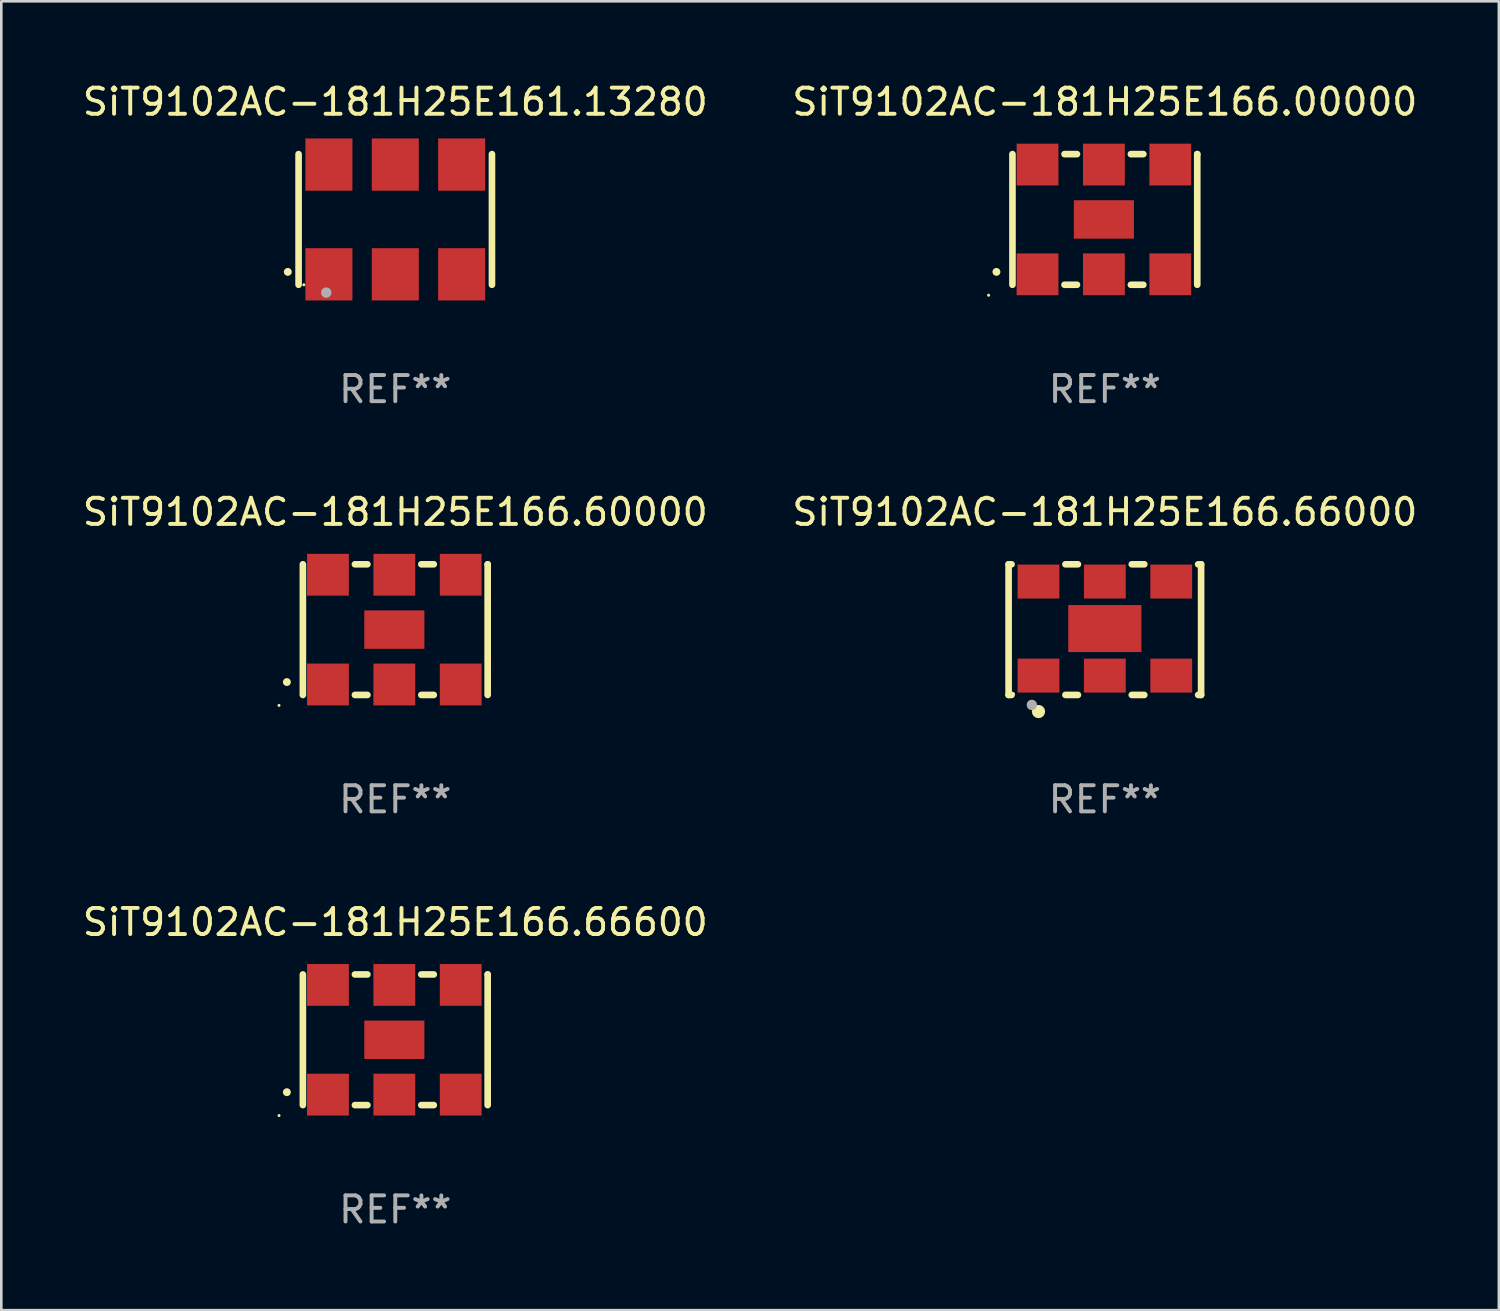
<source format=kicad_pcb>
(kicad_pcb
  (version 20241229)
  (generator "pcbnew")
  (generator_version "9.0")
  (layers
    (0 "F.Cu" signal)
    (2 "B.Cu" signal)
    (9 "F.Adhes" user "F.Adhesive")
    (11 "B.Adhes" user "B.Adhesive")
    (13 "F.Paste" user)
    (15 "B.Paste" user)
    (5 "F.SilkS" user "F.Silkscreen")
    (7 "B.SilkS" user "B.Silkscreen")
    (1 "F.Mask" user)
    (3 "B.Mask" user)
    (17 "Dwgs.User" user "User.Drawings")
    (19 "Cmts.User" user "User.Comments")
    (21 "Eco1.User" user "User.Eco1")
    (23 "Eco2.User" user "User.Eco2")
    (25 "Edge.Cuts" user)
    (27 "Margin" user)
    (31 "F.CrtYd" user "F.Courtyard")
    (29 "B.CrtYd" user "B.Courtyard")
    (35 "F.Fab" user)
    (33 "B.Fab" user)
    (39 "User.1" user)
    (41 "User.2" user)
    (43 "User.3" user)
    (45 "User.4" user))
  (footprint "SiT9102AC-181H25E166.60000"
    (layer "F.Cu")
    (at 12.077 21.045)
    (property "Reference" "SiT9102AC-181H25E166.60000" (at 0 -4.5 0) (layer "F.SilkS") (effects (font (size 1 1) (thickness 0.15))))
    (attr through_hole)
    (fp_line (start -3.536 -2.5) (end -3.536 2.5) (stroke (width 0.254) (type solid)) (layer "F.SilkS"))
    (fp_line (start -1.544 2.5) (end -1.067 2.5) (stroke (width 0.254) (type solid)) (layer "F.SilkS"))
    (fp_line (start -1.067 -2.5) (end -1.544 -2.5) (stroke (width 0.254) (type solid)) (layer "F.SilkS"))
    (fp_line (start 0.996 2.5) (end 1.473 2.5) (stroke (width 0.254) (type solid)) (layer "F.SilkS"))
    (fp_line (start 1.473 -2.5) (end 0.996 -2.5) (stroke (width 0.254) (type solid)) (layer "F.SilkS"))
    (fp_line (start 3.536 -2.5) (end 3.536 -2.5) (stroke (width 0.254) (type solid)) (layer "F.SilkS"))
    (fp_line (start 3.536 2.5) (end 3.536 -2.5) (stroke (width 0.254) (type solid)) (layer "F.SilkS"))
    (fp_arc (start -4.150432 2.006604) (mid -4.149162 2.006599) (end -4.147892 2.006604) (stroke (width 0.3) (type solid)) (layer "F.SilkS"))
    (fp_circle (center -4.449 2.9) (end -4.419 2.9) (stroke (width 0.06) (type solid)) (fill no) (layer "F.SilkS"))
    (fp_text user "REF**" (at 0 6.5 0) (layer "F.Fab") (effects (font (size 1 1) (thickness 0.15))))
    (pad "1" smd rect (at -2.576 2.1) (size 1.6 1.6) (layers "F.Cu" "F.Mask" "F.Paste"))
    (pad "2" smd rect (at -0.036 2.1) (size 1.6 1.6) (layers "F.Cu" "F.Mask" "F.Paste"))
    (pad "3" smd rect (at 2.504 2.1) (size 1.6 1.6) (layers "F.Cu" "F.Mask" "F.Paste"))
    (pad "4" smd rect (at 2.504 -2.1) (size 1.6 1.6) (layers "F.Cu" "F.Mask" "F.Paste"))
    (pad "5" smd rect (at -0.036 -2.1) (size 1.6 1.6) (layers "F.Cu" "F.Mask" "F.Paste"))
    (pad "6" smd rect (at -2.576 -2.1) (size 1.6 1.6) (layers "F.Cu" "F.Mask" "F.Paste"))
    (pad "7" smd rect (at -0.036 0) (size 2.3 1.47) (layers "F.Cu" "F.Mask" "F.Paste")))
  (footprint "SiT9102AC-181H25E166.00000"
    (layer "F.Cu")
    (at 39.232 5.348)
    (property "Reference" "SiT9102AC-181H25E166.00000" (at 0 -4.5 0) (layer "F.SilkS") (effects (font (size 1 1) (thickness 0.15))))
    (attr through_hole)
    (fp_line (start -3.536 -2.5) (end -3.536 2.5) (stroke (width 0.254) (type solid)) (layer "F.SilkS"))
    (fp_line (start -1.544 2.5) (end -1.067 2.5) (stroke (width 0.254) (type solid)) (layer "F.SilkS"))
    (fp_line (start -1.067 -2.5) (end -1.544 -2.5) (stroke (width 0.254) (type solid)) (layer "F.SilkS"))
    (fp_line (start 0.996 2.5) (end 1.473 2.5) (stroke (width 0.254) (type solid)) (layer "F.SilkS"))
    (fp_line (start 1.473 -2.5) (end 0.996 -2.5) (stroke (width 0.254) (type solid)) (layer "F.SilkS"))
    (fp_line (start 3.536 -2.5) (end 3.536 -2.5) (stroke (width 0.254) (type solid)) (layer "F.SilkS"))
    (fp_line (start 3.536 2.5) (end 3.536 -2.5) (stroke (width 0.254) (type solid)) (layer "F.SilkS"))
    (fp_arc (start -4.150432 2.006604) (mid -4.149162 2.006599) (end -4.147892 2.006604) (stroke (width 0.3) (type solid)) (layer "F.SilkS"))
    (fp_circle (center -4.449 2.9) (end -4.419 2.9) (stroke (width 0.06) (type solid)) (fill no) (layer "F.SilkS"))
    (fp_text user "REF**" (at 0 6.5 0) (layer "F.Fab") (effects (font (size 1 1) (thickness 0.15))))
    (pad "1" smd rect (at -2.576 2.1) (size 1.6 1.6) (layers "F.Cu" "F.Mask" "F.Paste"))
    (pad "2" smd rect (at -0.036 2.1) (size 1.6 1.6) (layers "F.Cu" "F.Mask" "F.Paste"))
    (pad "3" smd rect (at 2.504 2.1) (size 1.6 1.6) (layers "F.Cu" "F.Mask" "F.Paste"))
    (pad "4" smd rect (at 2.504 -2.1) (size 1.6 1.6) (layers "F.Cu" "F.Mask" "F.Paste"))
    (pad "5" smd rect (at -0.036 -2.1) (size 1.6 1.6) (layers "F.Cu" "F.Mask" "F.Paste"))
    (pad "6" smd rect (at -2.576 -2.1) (size 1.6 1.6) (layers "F.Cu" "F.Mask" "F.Paste"))
    (pad "7" smd rect (at -0.036 0) (size 2.3 1.47) (layers "F.Cu" "F.Mask" "F.Paste")))
  (footprint "SiT9102AC-181H25E166.66600"
    (layer "F.Cu")
    (at 12.077 36.741)
    (property "Reference" "SiT9102AC-181H25E166.66600" (at 0 -4.5 0) (layer "F.SilkS") (effects (font (size 1 1) (thickness 0.15))))
    (attr through_hole)
    (fp_line (start -3.536 -2.5) (end -3.536 2.5) (stroke (width 0.254) (type solid)) (layer "F.SilkS"))
    (fp_line (start -1.544 2.5) (end -1.067 2.5) (stroke (width 0.254) (type solid)) (layer "F.SilkS"))
    (fp_line (start -1.067 -2.5) (end -1.544 -2.5) (stroke (width 0.254) (type solid)) (layer "F.SilkS"))
    (fp_line (start 0.996 2.5) (end 1.473 2.5) (stroke (width 0.254) (type solid)) (layer "F.SilkS"))
    (fp_line (start 1.473 -2.5) (end 0.996 -2.5) (stroke (width 0.254) (type solid)) (layer "F.SilkS"))
    (fp_line (start 3.536 -2.5) (end 3.536 -2.5) (stroke (width 0.254) (type solid)) (layer "F.SilkS"))
    (fp_line (start 3.536 2.5) (end 3.536 -2.5) (stroke (width 0.254) (type solid)) (layer "F.SilkS"))
    (fp_arc (start -4.150432 2.006604) (mid -4.149162 2.006599) (end -4.147892 2.006604) (stroke (width 0.3) (type solid)) (layer "F.SilkS"))
    (fp_circle (center -4.449 2.9) (end -4.419 2.9) (stroke (width 0.06) (type solid)) (fill no) (layer "F.SilkS"))
    (fp_text user "REF**" (at 0 6.5 0) (layer "F.Fab") (effects (font (size 1 1) (thickness 0.15))))
    (pad "1" smd rect (at -2.576 2.1) (size 1.6 1.6) (layers "F.Cu" "F.Mask" "F.Paste"))
    (pad "2" smd rect (at -0.036 2.1) (size 1.6 1.6) (layers "F.Cu" "F.Mask" "F.Paste"))
    (pad "3" smd rect (at 2.504 2.1) (size 1.6 1.6) (layers "F.Cu" "F.Mask" "F.Paste"))
    (pad "4" smd rect (at 2.504 -2.1) (size 1.6 1.6) (layers "F.Cu" "F.Mask" "F.Paste"))
    (pad "5" smd rect (at -0.036 -2.1) (size 1.6 1.6) (layers "F.Cu" "F.Mask" "F.Paste"))
    (pad "6" smd rect (at -2.576 -2.1) (size 1.6 1.6) (layers "F.Cu" "F.Mask" "F.Paste"))
    (pad "7" smd rect (at -0.036 0) (size 2.3 1.47) (layers "F.Cu" "F.Mask" "F.Paste")))
  (footprint "SiT9102AC-181H25E166.66000"
    (layer "F.Cu")
    (at 39.232 21.045)
    (property "Reference" "SiT9102AC-181H25E166.66000" (at 0 -4.5 0) (layer "F.SilkS") (effects (font (size 1 1) (thickness 0.15))))
    (attr through_hole)
    (fp_line (start -3.683 -2.5) (end -3.571 -2.5) (stroke (width 0.254) (type solid)) (layer "F.SilkS"))
    (fp_line (start -3.683 2.5) (end -3.683 -2.5) (stroke (width 0.254) (type solid)) (layer "F.SilkS"))
    (fp_line (start -3.683 2.5) (end -3.571 2.5) (stroke (width 0.254) (type solid)) (layer "F.SilkS"))
    (fp_line (start -1.509 -2.5) (end -1.031 -2.5) (stroke (width 0.254) (type solid)) (layer "F.SilkS"))
    (fp_line (start -1.509 2.5) (end -1.031 2.5) (stroke (width 0.254) (type solid)) (layer "F.SilkS"))
    (fp_line (start 1.031 -2.5) (end 1.509 -2.5) (stroke (width 0.254) (type solid)) (layer "F.SilkS"))
    (fp_line (start 1.031 2.5) (end 1.509 2.5) (stroke (width 0.254) (type solid)) (layer "F.SilkS"))
    (fp_line (start 3.571 -2.5) (end 3.683 -2.5) (stroke (width 0.254) (type solid)) (layer "F.SilkS"))
    (fp_line (start 3.571 2.5) (end 3.683 2.5) (stroke (width 0.254) (type solid)) (layer "F.SilkS"))
    (fp_line (start 3.683 2.5) (end 3.683 -2.5) (stroke (width 0.254) (type solid)) (layer "F.SilkS"))
    (fp_circle (center -3.5 2.46) (end -3.47 2.46) (stroke (width 0.06) (type solid)) (fill no) (layer "F.SilkS"))
    (fp_circle (center -2.54 3.135) (end -2.413 3.135) (stroke (width 0.254) (type solid)) (fill no) (layer "F.SilkS"))
    (fp_circle (center -2.794 2.881) (end -2.694 2.881) (stroke (width 0.2) (type solid)) (fill no) (layer "F.Fab"))
    (fp_text user "REF**" (at 0 6.5 0) (layer "F.Fab") (effects (font (size 1 1) (thickness 0.15))))
    (pad "1" smd rect (at -2.54 1.76) (size 1.6 1.3) (layers "F.Cu" "F.Mask" "F.Paste"))
    (pad "2" smd rect (at 0 1.76) (size 1.6 1.3) (layers "F.Cu" "F.Mask" "F.Paste"))
    (pad "3" smd rect (at 2.54 1.76) (size 1.6 1.3) (layers "F.Cu" "F.Mask" "F.Paste"))
    (pad "4" smd rect (at 2.54 -1.84) (size 1.6 1.3) (layers "F.Cu" "F.Mask" "F.Paste"))
    (pad "5" smd rect (at 0 -1.84) (size 1.6 1.3) (layers "F.Cu" "F.Mask" "F.Paste"))
    (pad "6" smd rect (at -2.54 -1.84) (size 1.6 1.3) (layers "F.Cu" "F.Mask" "F.Paste"))
    (pad "7" smd rect (at 0 -0.04) (size 2.8 1.8) (layers "F.Cu" "F.Mask" "F.Paste")))
  (footprint "SiT9102AC-181H25E161.13280"
    (layer "F.Cu")
    (at 12.077 5.348)
    (property "Reference" "SiT9102AC-181H25E161.13280" (at 0 -4.5 0) (layer "F.SilkS") (effects (font (size 1 1) (thickness 0.15))))
    (attr through_hole)
    (fp_line (start -3.7 -2.5) (end -3.7 2.5) (stroke (width 0.254) (type solid)) (layer "F.SilkS"))
    (fp_line (start 3.7 -2.5) (end 3.7 2.5) (stroke (width 0.254) (type solid)) (layer "F.SilkS"))
    (fp_arc (start -4.114415 2.006604) (mid -4.113145 2.006599) (end -4.111875 2.006604) (stroke (width 0.3) (type solid)) (layer "F.SilkS"))
    (fp_circle (center -3.5 2.501) (end -3.47 2.501) (stroke (width 0.06) (type solid)) (fill no) (layer "F.SilkS"))
    (fp_circle (center -2.641 2.799) (end -2.541 2.799) (stroke (width 0.2) (type solid)) (fill no) (layer "F.Fab"))
    (fp_text user "REF**" (at 0 6.5 0) (layer "F.Fab") (effects (font (size 1 1) (thickness 0.15))))
    (pad "1" smd rect (at -2.54 2.1) (size 1.8 2) (layers "F.Cu" "F.Mask" "F.Paste"))
    (pad "2" smd rect (at 0.000394 2.1) (size 1.8 2) (layers "F.Cu" "F.Mask" "F.Paste"))
    (pad "3" smd rect (at 2.54 2.1) (size 1.8 2) (layers "F.Cu" "F.Mask" "F.Paste"))
    (pad "4" smd rect (at 2.54 -2.1) (size 1.8 2) (layers "F.Cu" "F.Mask" "F.Paste"))
    (pad "5" smd rect (at 0.000394 -2.1) (size 1.8 2) (layers "F.Cu" "F.Mask" "F.Paste"))
    (pad "6" smd rect (at -2.54 -2.1) (size 1.8 2) (layers "F.Cu" "F.Mask" "F.Paste")))
  (gr_rect
    (start -3 -3)
    (end 54.31 47.09)
    (stroke (width 0.1) (type default))
    (fill no)
    (layer "Edge.Cuts")))
</source>
